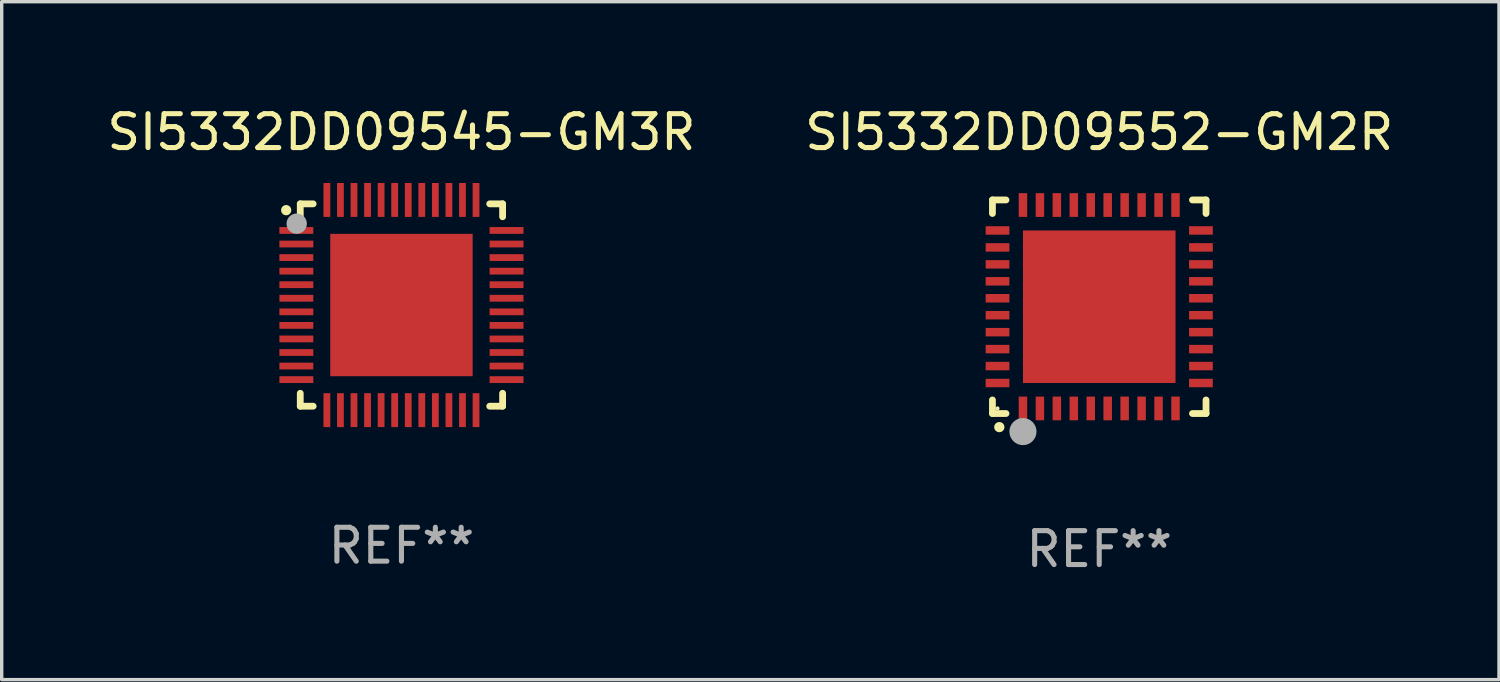
<source format=kicad_pcb>
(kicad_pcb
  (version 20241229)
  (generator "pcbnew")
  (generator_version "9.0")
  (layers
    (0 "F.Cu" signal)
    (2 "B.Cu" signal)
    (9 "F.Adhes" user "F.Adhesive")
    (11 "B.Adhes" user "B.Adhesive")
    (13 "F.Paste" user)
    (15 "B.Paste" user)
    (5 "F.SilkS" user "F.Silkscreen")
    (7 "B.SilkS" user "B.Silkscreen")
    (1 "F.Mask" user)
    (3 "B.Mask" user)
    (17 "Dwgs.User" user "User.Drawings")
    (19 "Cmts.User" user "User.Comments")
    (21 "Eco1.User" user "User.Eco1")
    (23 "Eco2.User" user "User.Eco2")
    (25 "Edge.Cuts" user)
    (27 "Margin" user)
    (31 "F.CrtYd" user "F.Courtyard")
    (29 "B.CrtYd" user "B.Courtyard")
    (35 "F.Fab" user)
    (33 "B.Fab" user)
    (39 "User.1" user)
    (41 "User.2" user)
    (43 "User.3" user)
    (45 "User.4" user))
  (footprint "SI5332DD09545-GM3R"
    (layer "F.Cu")
    (at 8.792 5.948)
    (property "Reference" "SI5332DD09545-GM3R" (at 0 -5.1 0) (layer "F.SilkS") (effects (font (size 1 1) (thickness 0.15))))
    (attr through_hole)
    (fp_line (start -2.985 -2.985) (end -2.604 -2.985) (stroke (width 0.2) (type solid)) (layer "F.SilkS"))
    (fp_line (start -2.985 -2.604) (end -2.985 -2.985) (stroke (width 0.2) (type solid)) (layer "F.SilkS"))
    (fp_line (start -2.985 2.984) (end -2.985 2.603) (stroke (width 0.2) (type solid)) (layer "F.SilkS"))
    (fp_line (start -2.604 2.984) (end -2.985 2.984) (stroke (width 0.2) (type solid)) (layer "F.SilkS"))
    (fp_line (start 2.603 -2.985) (end 2.984 -2.985) (stroke (width 0.2) (type solid)) (layer "F.SilkS"))
    (fp_line (start 2.984 -2.985) (end 2.984 -2.604) (stroke (width 0.2) (type solid)) (layer "F.SilkS"))
    (fp_line (start 2.984 2.603) (end 2.984 2.984) (stroke (width 0.2) (type solid)) (layer "F.SilkS"))
    (fp_line (start 2.984 2.984) (end 2.603 2.984) (stroke (width 0.2) (type solid)) (layer "F.SilkS"))
    (fp_arc (start -3.400076 -2.797562) (mid -3.400081 -2.798806) (end -3.400076 -2.800051) (stroke (width 0.3) (type solid)) (layer "F.SilkS"))
    (fp_circle (center -3 -3) (end -2.97 -3) (stroke (width 0.06) (type solid)) (fill no) (layer "F.SilkS"))
    (fp_circle (center -3.09 -2.4) (end -2.94 -2.4) (stroke (width 0.3) (type solid)) (fill no) (layer "F.Fab"))
    (fp_text user "REF**" (at 0 7.1 0) (layer "F.Fab") (effects (font (size 1 1) (thickness 0.15))))
    (pad "1" smd rect (at -3.1 -2.2) (size 1 0.2) (layers "F.Cu" "F.Mask" "F.Paste"))
    (pad "2" smd rect (at -3.1 -1.8) (size 1 0.2) (layers "F.Cu" "F.Mask" "F.Paste"))
    (pad "3" smd rect (at -3.1 -1.4) (size 1 0.2) (layers "F.Cu" "F.Mask" "F.Paste"))
    (pad "4" smd rect (at -3.1 -1) (size 1 0.2) (layers "F.Cu" "F.Mask" "F.Paste"))
    (pad "5" smd rect (at -3.1 -0.6) (size 1 0.2) (layers "F.Cu" "F.Mask" "F.Paste"))
    (pad "6" smd rect (at -3.1 -0.2) (size 1 0.2) (layers "F.Cu" "F.Mask" "F.Paste"))
    (pad "7" smd rect (at -3.1 0.2) (size 1 0.2) (layers "F.Cu" "F.Mask" "F.Paste"))
    (pad "8" smd rect (at -3.1 0.6) (size 1 0.2) (layers "F.Cu" "F.Mask" "F.Paste"))
    (pad "9" smd rect (at -3.1 1) (size 1 0.2) (layers "F.Cu" "F.Mask" "F.Paste"))
    (pad "10" smd rect (at -3.1 1.4) (size 1 0.2) (layers "F.Cu" "F.Mask" "F.Paste"))
    (pad "11" smd rect (at -3.1 1.8) (size 1 0.2) (layers "F.Cu" "F.Mask" "F.Paste"))
    (pad "12" smd rect (at -3.1 2.2) (size 1 0.2) (layers "F.Cu" "F.Mask" "F.Paste"))
    (pad "13" smd rect (at -2.2 3.1) (size 0.2 1) (layers "F.Cu" "F.Mask" "F.Paste"))
    (pad "14" smd rect (at -1.8 3.1) (size 0.2 1) (layers "F.Cu" "F.Mask" "F.Paste"))
    (pad "15" smd rect (at -1.4 3.1) (size 0.2 1) (layers "F.Cu" "F.Mask" "F.Paste"))
    (pad "16" smd rect (at -1 3.1) (size 0.2 1) (layers "F.Cu" "F.Mask" "F.Paste"))
    (pad "17" smd rect (at -0.6 3.1) (size 0.2 1) (layers "F.Cu" "F.Mask" "F.Paste"))
    (pad "18" smd rect (at -0.2 3.1) (size 0.2 1) (layers "F.Cu" "F.Mask" "F.Paste"))
    (pad "19" smd rect (at 0.2 3.1) (size 0.2 1) (layers "F.Cu" "F.Mask" "F.Paste"))
    (pad "20" smd rect (at 0.6 3.1) (size 0.2 1) (layers "F.Cu" "F.Mask" "F.Paste"))
    (pad "21" smd rect (at 1 3.1) (size 0.2 1) (layers "F.Cu" "F.Mask" "F.Paste"))
    (pad "22" smd rect (at 1.4 3.1) (size 0.2 1) (layers "F.Cu" "F.Mask" "F.Paste"))
    (pad "23" smd rect (at 1.8 3.1) (size 0.2 1) (layers "F.Cu" "F.Mask" "F.Paste"))
    (pad "24" smd rect (at 2.2 3.1) (size 0.2 1) (layers "F.Cu" "F.Mask" "F.Paste"))
    (pad "25" smd rect (at 3.1 2.2) (size 1 0.2) (layers "F.Cu" "F.Mask" "F.Paste"))
    (pad "26" smd rect (at 3.1 1.8) (size 1 0.2) (layers "F.Cu" "F.Mask" "F.Paste"))
    (pad "27" smd rect (at 3.1 1.4) (size 1 0.2) (layers "F.Cu" "F.Mask" "F.Paste"))
    (pad "28" smd rect (at 3.1 1) (size 1 0.2) (layers "F.Cu" "F.Mask" "F.Paste"))
    (pad "29" smd rect (at 3.1 0.6) (size 1 0.2) (layers "F.Cu" "F.Mask" "F.Paste"))
    (pad "30" smd rect (at 3.1 0.2) (size 1 0.2) (layers "F.Cu" "F.Mask" "F.Paste"))
    (pad "31" smd rect (at 3.1 -0.2) (size 1 0.2) (layers "F.Cu" "F.Mask" "F.Paste"))
    (pad "32" smd rect (at 3.1 -0.6) (size 1 0.2) (layers "F.Cu" "F.Mask" "F.Paste"))
    (pad "33" smd rect (at 3.1 -1) (size 1 0.2) (layers "F.Cu" "F.Mask" "F.Paste"))
    (pad "34" smd rect (at 3.1 -1.4) (size 1 0.2) (layers "F.Cu" "F.Mask" "F.Paste"))
    (pad "35" smd rect (at 3.1 -1.8) (size 1 0.2) (layers "F.Cu" "F.Mask" "F.Paste"))
    (pad "36" smd rect (at 3.1 -2.2) (size 1 0.2) (layers "F.Cu" "F.Mask" "F.Paste"))
    (pad "37" smd rect (at 2.2 -3.1) (size 0.2 1) (layers "F.Cu" "F.Mask" "F.Paste"))
    (pad "38" smd rect (at 1.8 -3.1) (size 0.2 1) (layers "F.Cu" "F.Mask" "F.Paste"))
    (pad "39" smd rect (at 1.4 -3.1) (size 0.2 1) (layers "F.Cu" "F.Mask" "F.Paste"))
    (pad "40" smd rect (at 1 -3.1) (size 0.2 1) (layers "F.Cu" "F.Mask" "F.Paste"))
    (pad "41" smd rect (at 0.6 -3.1) (size 0.2 1) (layers "F.Cu" "F.Mask" "F.Paste"))
    (pad "42" smd rect (at 0.2 -3.1) (size 0.2 1) (layers "F.Cu" "F.Mask" "F.Paste"))
    (pad "43" smd rect (at -0.2 -3.1) (size 0.2 1) (layers "F.Cu" "F.Mask" "F.Paste"))
    (pad "44" smd rect (at -0.6 -3.1) (size 0.2 1) (layers "F.Cu" "F.Mask" "F.Paste"))
    (pad "45" smd rect (at -1 -3.1) (size 0.2 1) (layers "F.Cu" "F.Mask" "F.Paste"))
    (pad "46" smd rect (at -1.4 -3.1) (size 0.2 1) (layers "F.Cu" "F.Mask" "F.Paste"))
    (pad "47" smd rect (at -1.8 -3.1) (size 0.2 1) (layers "F.Cu" "F.Mask" "F.Paste"))
    (pad "48" smd rect (at -2.2 -3.1) (size 0.2 1) (layers "F.Cu" "F.Mask" "F.Paste"))
    (pad "49" smd rect (at -0.000127 0) (size 4.2 4.2) (layers "F.Cu" "F.Mask" "F.Paste")))
  (footprint "SI5332DD09552-GM2R"
    (layer "F.Cu")
    (at 29.375 5.998)
    (property "Reference" "SI5332DD09552-GM2R" (at 0 -5.15 0) (layer "F.SilkS") (effects (font (size 1 1) (thickness 0.15))))
    (attr through_hole)
    (fp_line (start -3.15 -3.15) (end -2.75 -3.15) (stroke (width 0.2) (type solid)) (layer "F.SilkS"))
    (fp_line (start -3.15 -2.75) (end -3.15 -3.15) (stroke (width 0.2) (type solid)) (layer "F.SilkS"))
    (fp_line (start -3.15 3.15) (end -3.15 2.75) (stroke (width 0.2) (type solid)) (layer "F.SilkS"))
    (fp_line (start -2.75 3.15) (end -3.15 3.15) (stroke (width 0.2) (type solid)) (layer "F.SilkS"))
    (fp_line (start 3.15 -3.15) (end 2.75 -3.15) (stroke (width 0.2) (type solid)) (layer "F.SilkS"))
    (fp_line (start 3.15 -2.75) (end 3.15 -3.15) (stroke (width 0.2) (type solid)) (layer "F.SilkS"))
    (fp_line (start 3.15 2.75) (end 3.15 3.15) (stroke (width 0.2) (type solid)) (layer "F.SilkS"))
    (fp_line (start 3.15 3.15) (end 2.75 3.15) (stroke (width 0.2) (type solid)) (layer "F.SilkS"))
    (fp_arc (start -2.94892 3.550927) (mid -2.94765 3.550922) (end -2.94638 3.550927) (stroke (width 0.3) (type solid)) (layer "F.SilkS"))
    (fp_circle (center -3 3) (end -2.97 3) (stroke (width 0.06) (type solid)) (fill no) (layer "F.SilkS"))
    (fp_circle (center -2.25 3.683) (end -2.05 3.683) (stroke (width 0.4) (type solid)) (fill no) (layer "F.Fab"))
    (fp_text user "REF**" (at 0 7.15 0) (layer "F.Fab") (effects (font (size 1 1) (thickness 0.15))))
    (pad "1" smd rect (at -2.25 3 180) (size 0.25 0.7) (layers "F.Cu" "F.Mask" "F.Paste"))
    (pad "2" smd rect (at -1.75 3 180) (size 0.25 0.7) (layers "F.Cu" "F.Mask" "F.Paste"))
    (pad "3" smd rect (at -1.25 3 180) (size 0.25 0.7) (layers "F.Cu" "F.Mask" "F.Paste"))
    (pad "4" smd rect (at -0.75 3 180) (size 0.25 0.7) (layers "F.Cu" "F.Mask" "F.Paste"))
    (pad "5" smd rect (at -0.25 3 180) (size 0.25 0.7) (layers "F.Cu" "F.Mask" "F.Paste"))
    (pad "6" smd rect (at 0.25 3 180) (size 0.25 0.7) (layers "F.Cu" "F.Mask" "F.Paste"))
    (pad "7" smd rect (at 0.75 3 180) (size 0.25 0.7) (layers "F.Cu" "F.Mask" "F.Paste"))
    (pad "8" smd rect (at 1.25 3 180) (size 0.25 0.7) (layers "F.Cu" "F.Mask" "F.Paste"))
    (pad "9" smd rect (at 1.75 3 180) (size 0.25 0.7) (layers "F.Cu" "F.Mask" "F.Paste"))
    (pad "10" smd rect (at 2.25 3 180) (size 0.25 0.7) (layers "F.Cu" "F.Mask" "F.Paste"))
    (pad "11" smd rect (at 3 2.25 90) (size 0.25 0.7) (layers "F.Cu" "F.Mask" "F.Paste"))
    (pad "12" smd rect (at 3 1.75 90) (size 0.25 0.7) (layers "F.Cu" "F.Mask" "F.Paste"))
    (pad "13" smd rect (at 3 1.25 90) (size 0.25 0.7) (layers "F.Cu" "F.Mask" "F.Paste"))
    (pad "14" smd rect (at 3 0.75 90) (size 0.25 0.7) (layers "F.Cu" "F.Mask" "F.Paste"))
    (pad "15" smd rect (at 3 0.25 90) (size 0.25 0.7) (layers "F.Cu" "F.Mask" "F.Paste"))
    (pad "16" smd rect (at 3 -0.25 90) (size 0.25 0.7) (layers "F.Cu" "F.Mask" "F.Paste"))
    (pad "17" smd rect (at 3 -0.75 90) (size 0.25 0.7) (layers "F.Cu" "F.Mask" "F.Paste"))
    (pad "18" smd rect (at 3 -1.25 90) (size 0.25 0.7) (layers "F.Cu" "F.Mask" "F.Paste"))
    (pad "19" smd rect (at 3 -1.75 90) (size 0.25 0.7) (layers "F.Cu" "F.Mask" "F.Paste"))
    (pad "20" smd rect (at 3 -2.25 90) (size 0.25 0.7) (layers "F.Cu" "F.Mask" "F.Paste"))
    (pad "21" smd rect (at 2.25 -3 180) (size 0.25 0.7) (layers "F.Cu" "F.Mask" "F.Paste"))
    (pad "22" smd rect (at 1.75 -3 180) (size 0.25 0.7) (layers "F.Cu" "F.Mask" "F.Paste"))
    (pad "23" smd rect (at 1.25 -3 180) (size 0.25 0.7) (layers "F.Cu" "F.Mask" "F.Paste"))
    (pad "24" smd rect (at 0.75 -3 180) (size 0.25 0.7) (layers "F.Cu" "F.Mask" "F.Paste"))
    (pad "25" smd rect (at 0.25 -3 180) (size 0.25 0.7) (layers "F.Cu" "F.Mask" "F.Paste"))
    (pad "26" smd rect (at -0.25 -3 180) (size 0.25 0.7) (layers "F.Cu" "F.Mask" "F.Paste"))
    (pad "27" smd rect (at -0.75 -3 180) (size 0.25 0.7) (layers "F.Cu" "F.Mask" "F.Paste"))
    (pad "28" smd rect (at -1.25 -3 180) (size 0.25 0.7) (layers "F.Cu" "F.Mask" "F.Paste"))
    (pad "29" smd rect (at -1.75 -3 180) (size 0.25 0.7) (layers "F.Cu" "F.Mask" "F.Paste"))
    (pad "30" smd rect (at -2.25 -3 180) (size 0.25 0.7) (layers "F.Cu" "F.Mask" "F.Paste"))
    (pad "31" smd rect (at -3 -2.25 90) (size 0.25 0.7) (layers "F.Cu" "F.Mask" "F.Paste"))
    (pad "32" smd rect (at -3 -1.75 90) (size 0.25 0.7) (layers "F.Cu" "F.Mask" "F.Paste"))
    (pad "33" smd rect (at -3 -1.25 90) (size 0.25 0.7) (layers "F.Cu" "F.Mask" "F.Paste"))
    (pad "34" smd rect (at -3 -0.75 90) (size 0.25 0.7) (layers "F.Cu" "F.Mask" "F.Paste"))
    (pad "35" smd rect (at -3 -0.25 90) (size 0.25 0.7) (layers "F.Cu" "F.Mask" "F.Paste"))
    (pad "36" smd rect (at -3 0.25 90) (size 0.25 0.7) (layers "F.Cu" "F.Mask" "F.Paste"))
    (pad "37" smd rect (at -3 0.75 90) (size 0.25 0.7) (layers "F.Cu" "F.Mask" "F.Paste"))
    (pad "38" smd rect (at -3 1.25 90) (size 0.25 0.7) (layers "F.Cu" "F.Mask" "F.Paste"))
    (pad "39" smd rect (at -3 1.75 90) (size 0.25 0.7) (layers "F.Cu" "F.Mask" "F.Paste"))
    (pad "40" smd rect (at -3 2.25 90) (size 0.25 0.7) (layers "F.Cu" "F.Mask" "F.Paste"))
    (pad "41" smd rect (at 0.000102 0.000076 90) (size 4.5 4.5) (layers "F.Cu" "F.Mask" "F.Paste")))
  (gr_rect
    (start -3 -3)
    (end 41.167 16.997)
    (stroke (width 0.1) (type default))
    (fill no)
    (layer "Edge.Cuts")))
</source>
